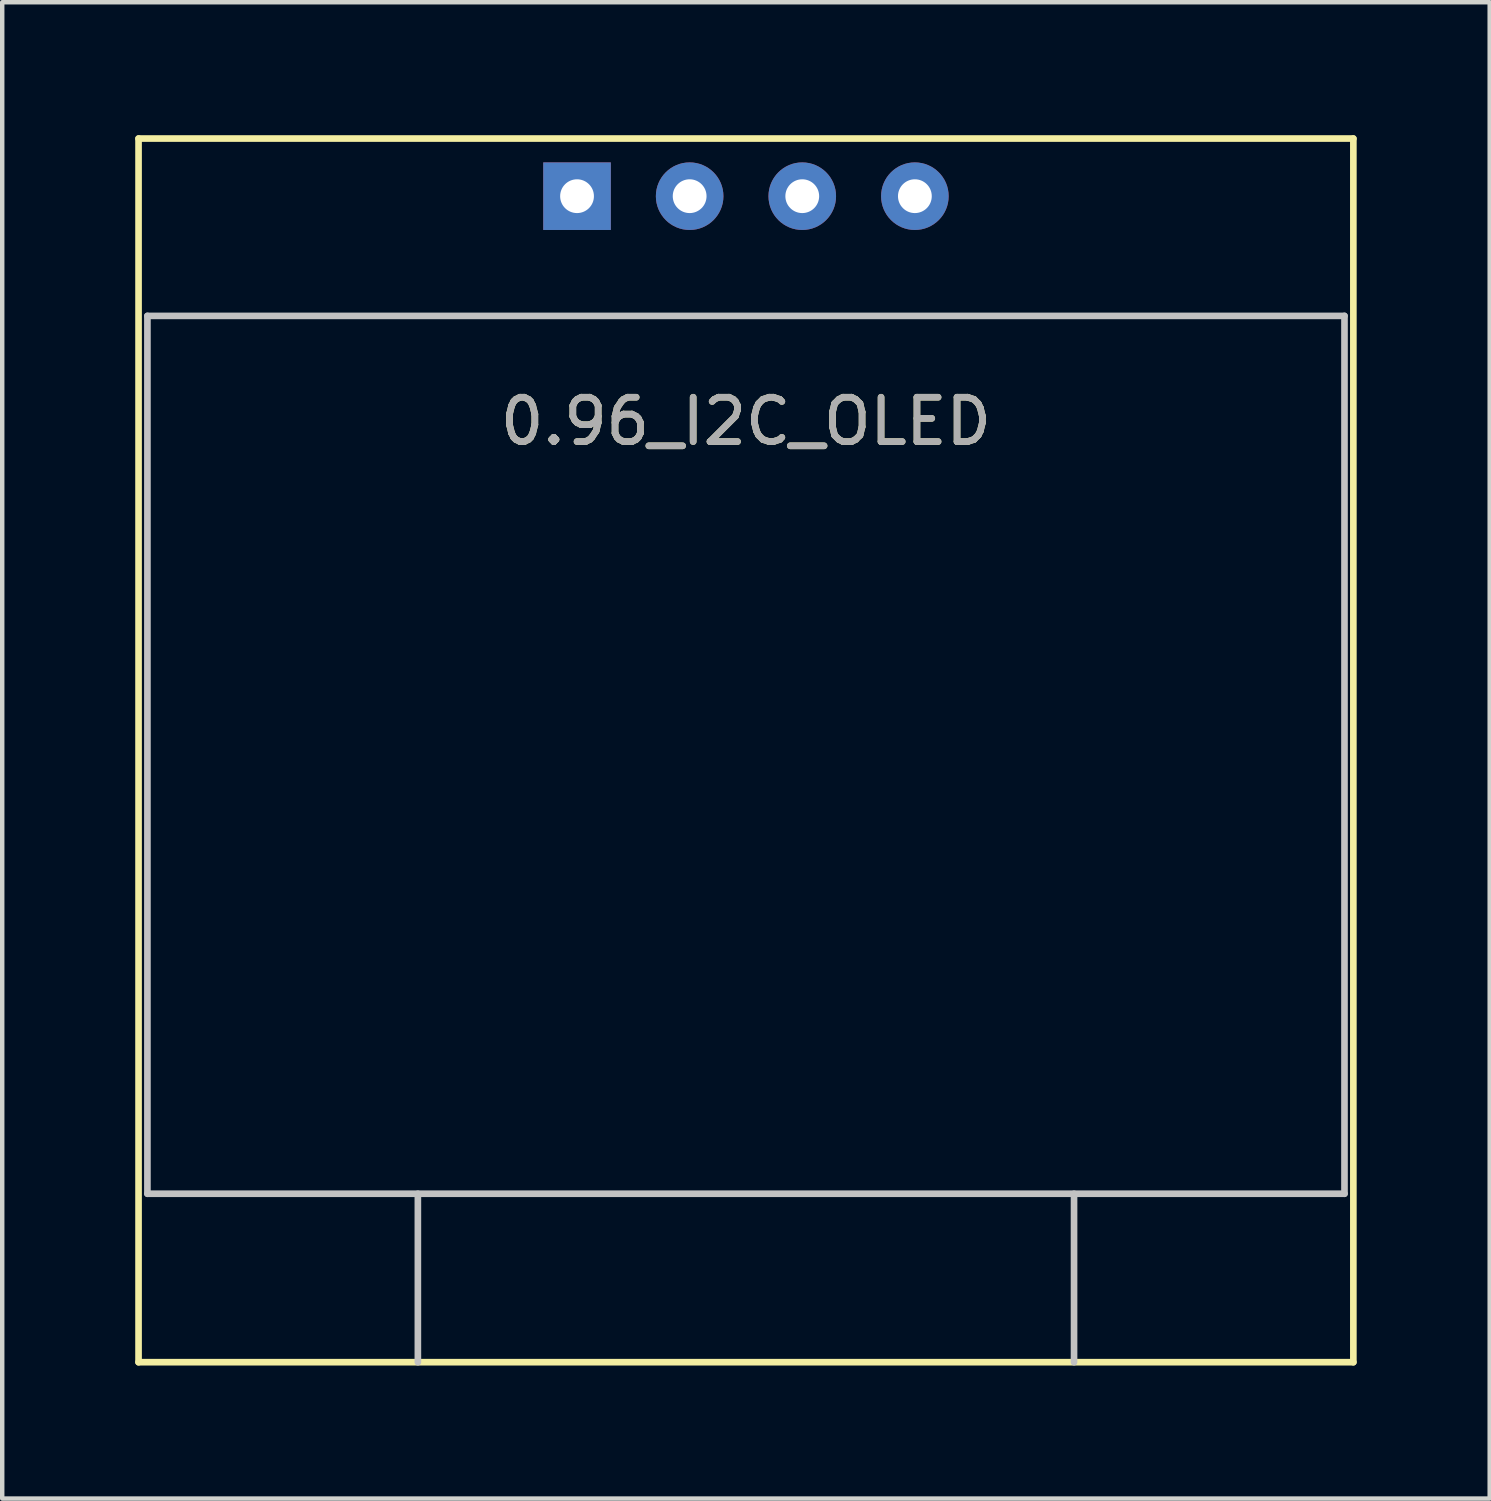
<source format=kicad_pcb>
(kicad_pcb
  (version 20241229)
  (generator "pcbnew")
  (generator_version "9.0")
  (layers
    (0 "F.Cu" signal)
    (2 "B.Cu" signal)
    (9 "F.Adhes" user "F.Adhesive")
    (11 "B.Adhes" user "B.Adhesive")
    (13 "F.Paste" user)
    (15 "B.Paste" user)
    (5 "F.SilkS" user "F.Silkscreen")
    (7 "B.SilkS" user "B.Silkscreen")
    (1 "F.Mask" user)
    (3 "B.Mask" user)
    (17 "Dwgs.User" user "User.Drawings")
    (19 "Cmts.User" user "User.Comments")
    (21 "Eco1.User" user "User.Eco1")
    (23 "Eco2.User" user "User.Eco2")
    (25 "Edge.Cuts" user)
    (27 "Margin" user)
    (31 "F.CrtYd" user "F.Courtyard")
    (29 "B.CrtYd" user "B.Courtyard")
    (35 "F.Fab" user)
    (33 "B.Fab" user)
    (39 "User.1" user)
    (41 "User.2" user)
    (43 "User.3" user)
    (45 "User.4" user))
  (footprint "0.96_I2C_OLED"
    (layer "F.Cu")
    (at 13.775 1.375)
    (property "Reference" "0.96_I2C_OLED" (at 0 5.08 180) (layer "F.SilkS") (effects (font (size 1 1) (thickness 0.15))))
    (attr through_hole)
    (fp_line (start -13.7 -1.3) (end -13.7 26.3) (stroke (width 0.15) (type solid)) (layer "F.SilkS"))
    (fp_line (start -13.7 -1.3) (end 13.7 -1.3) (stroke (width 0.15) (type solid)) (layer "F.SilkS"))
    (fp_line (start -13.7 26.3) (end 13.7 26.3) (stroke (width 0.15) (type solid)) (layer "F.SilkS"))
    (fp_line (start 13.7 26.3) (end 13.7 -1.3) (stroke (width 0.15) (type solid)) (layer "F.SilkS"))
    (fp_line (start -13.5 2.7) (end -13.5 22.5) (stroke (width 0.15) (type solid)) (layer "Dwgs.User"))
    (fp_line (start -13.5 22.5) (end 13.5 22.5) (stroke (width 0.15) (type solid)) (layer "Dwgs.User"))
    (fp_line (start -7.4 26.3) (end -7.4 22.5) (stroke (width 0.15) (type solid)) (layer "Dwgs.User"))
    (fp_line (start 7.4 22.5) (end 7.4 26.3) (stroke (width 0.15) (type solid)) (layer "Dwgs.User"))
    (fp_line (start 13.5 2.7) (end -13.5 2.7) (stroke (width 0.15) (type solid)) (layer "Dwgs.User"))
    (fp_line (start 13.5 22.5) (end 13.5 2.7) (stroke (width 0.15) (type solid)) (layer "Dwgs.User"))
    (fp_text user "${REFERENCE}" (at 0 5.08 180) (layer "F.Fab") (effects (font (size 1 1) (thickness 0.15))))
    (pad "1" thru_hole rect (at -3.81 0) (size 1.524 1.524) (drill 0.762) (layers "*.Cu" "*.Mask"))
    (pad "2" thru_hole circle (at -1.27 0) (size 1.524 1.524) (drill 0.762) (layers "*.Cu" "*.Mask"))
    (pad "3" thru_hole circle (at 1.27 0) (size 1.524 1.524) (drill 0.762) (layers "*.Cu" "*.Mask"))
    (pad "4" thru_hole circle (at 3.81 0) (size 1.524 1.524) (drill 0.762) (layers "*.Cu" "*.Mask")))
  (gr_rect
    (start -3 -3)
    (end 30.55 30.75)
    (stroke (width 0.1) (type default))
    (fill no)
    (layer "Edge.Cuts")))
</source>
